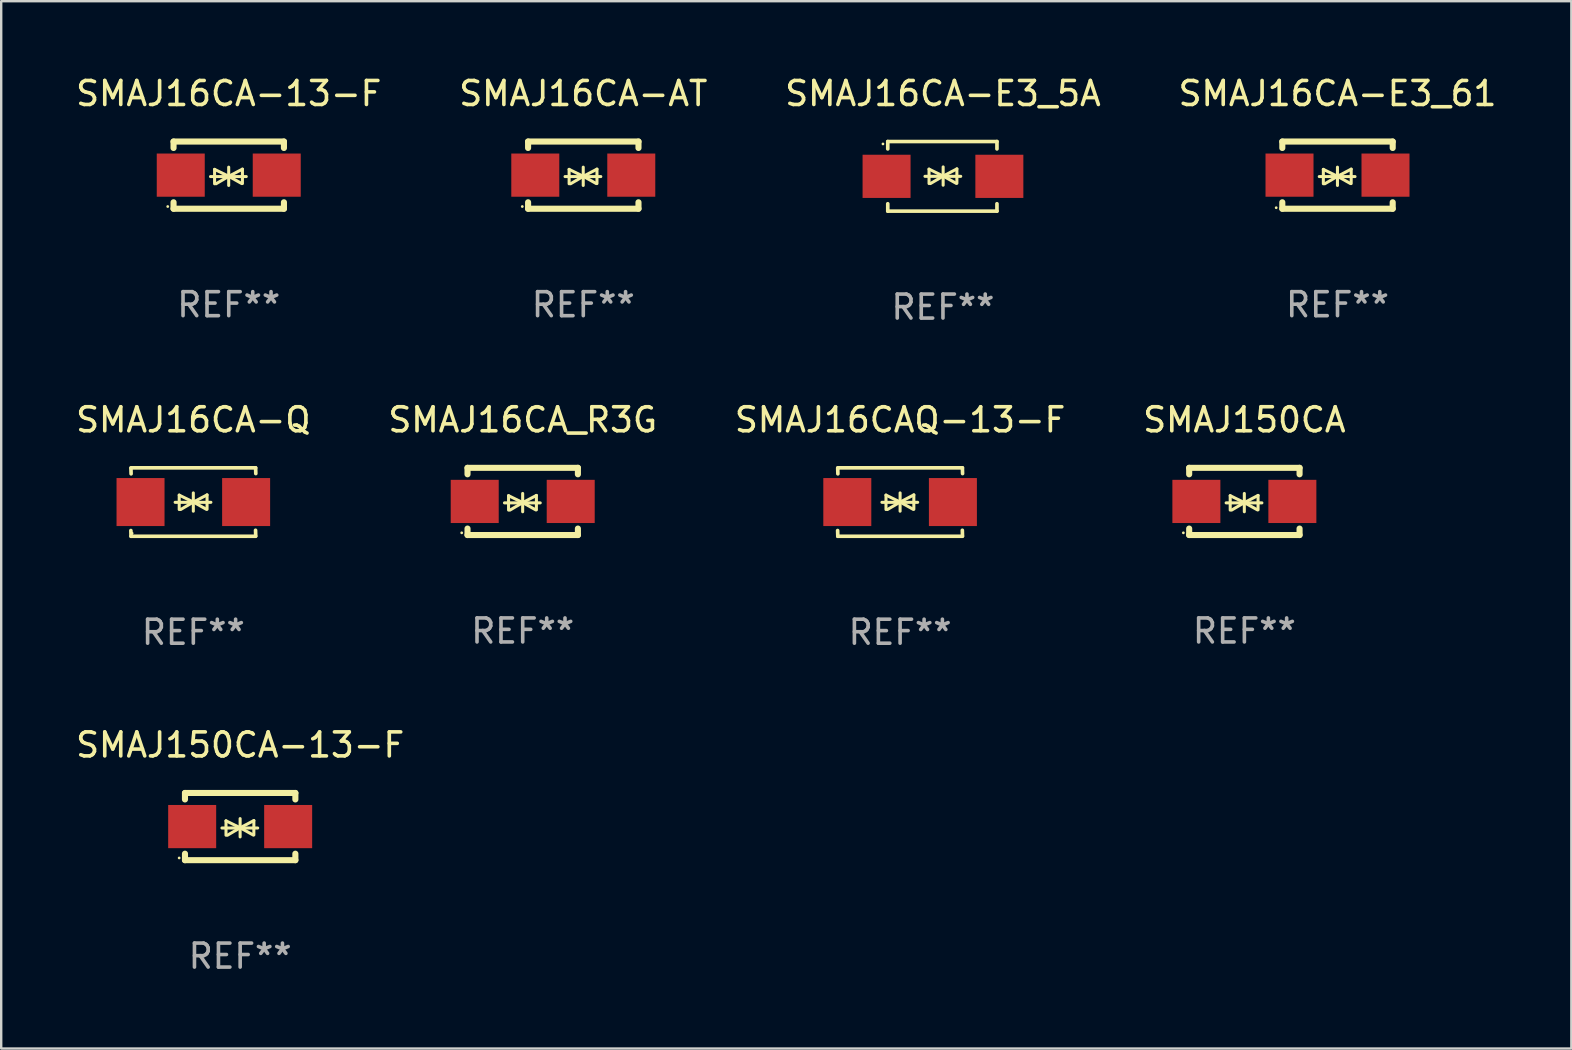
<source format=kicad_pcb>
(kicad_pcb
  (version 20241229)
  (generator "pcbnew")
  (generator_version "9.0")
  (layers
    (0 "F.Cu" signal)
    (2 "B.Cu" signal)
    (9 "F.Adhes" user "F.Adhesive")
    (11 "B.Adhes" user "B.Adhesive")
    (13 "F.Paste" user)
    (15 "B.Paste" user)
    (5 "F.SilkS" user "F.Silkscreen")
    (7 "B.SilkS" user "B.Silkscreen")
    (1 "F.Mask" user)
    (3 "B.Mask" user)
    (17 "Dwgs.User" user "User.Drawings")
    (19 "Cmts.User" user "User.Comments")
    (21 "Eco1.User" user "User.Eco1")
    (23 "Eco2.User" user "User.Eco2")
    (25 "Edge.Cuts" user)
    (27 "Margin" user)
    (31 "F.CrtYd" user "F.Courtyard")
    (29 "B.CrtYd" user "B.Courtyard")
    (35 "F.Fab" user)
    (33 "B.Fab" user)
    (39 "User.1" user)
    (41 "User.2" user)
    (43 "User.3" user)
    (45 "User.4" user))
  (footprint "SMAJ16CA-AT"
    (layer "F.Cu")
    (at 21.256 4.248)
    (property "Reference" "SMAJ16CA-AT" (at 0 -3.4 0) (layer "F.SilkS") (effects (font (size 1 1) (thickness 0.15))))
    (attr through_hole)
    (fp_line (start -2.3 -1.4) (end -2.3 -1.131) (stroke (width 0.254) (type solid)) (layer "F.SilkS"))
    (fp_line (start -2.3 -1.4) (end 2.3 -1.4) (stroke (width 0.254) (type solid)) (layer "F.SilkS"))
    (fp_line (start -2.3 1.131) (end -2.3 1.4) (stroke (width 0.254) (type solid)) (layer "F.SilkS"))
    (fp_line (start -2.3 1.4) (end 2.3 1.4) (stroke (width 0.254) (type solid)) (layer "F.SilkS"))
    (fp_line (start -0.76 0.06) (end 0.73 0.06) (stroke (width 0.127) (type solid)) (layer "F.SilkS"))
    (fp_line (start -0.59 -0.24) (end -0.59 0.36) (stroke (width 0.127) (type solid)) (layer "F.SilkS"))
    (fp_line (start -0.59 -0.24) (end -0.002 0.049) (stroke (width 0.127) (type solid)) (layer "F.SilkS"))
    (fp_line (start -0.53 0.36) (end -0.002 0.049) (stroke (width 0.127) (type solid)) (layer "F.SilkS"))
    (fp_line (start -0.002 0.049) (end -0.002 -0.332) (stroke (width 0.127) (type solid)) (layer "F.SilkS"))
    (fp_line (start -0.002 0.049) (end -0.002 0.43) (stroke (width 0.127) (type solid)) (layer "F.SilkS"))
    (fp_line (start 0.54 0.35) (end -0.002 0.049) (stroke (width 0.127) (type solid)) (layer "F.SilkS"))
    (fp_line (start 0.57 -0.25) (end -0.002 0.049) (stroke (width 0.127) (type solid)) (layer "F.SilkS"))
    (fp_line (start 0.57 -0.25) (end 0.57 0.35) (stroke (width 0.127) (type solid)) (layer "F.SilkS"))
    (fp_line (start 2.3 -1.4) (end 2.3 -1.131) (stroke (width 0.254) (type solid)) (layer "F.SilkS"))
    (fp_line (start 2.3 1.131) (end 2.3 1.4) (stroke (width 0.254) (type solid)) (layer "F.SilkS"))
    (fp_circle (center -2.542 1.308) (end -2.512 1.308) (stroke (width 0.06) (type solid)) (fill no) (layer "F.SilkS"))
    (fp_text user "REF**" (at 0 5.4 0) (layer "F.Fab") (effects (font (size 1 1) (thickness 0.15))))
    (pad "1" smd rect (at -2 0) (size 2 1.8) (layers "F.Cu" "F.Mask" "F.Paste"))
    (pad "2" smd rect (at 2 0) (size 2 1.8) (layers "F.Cu" "F.Mask" "F.Paste")))
  (footprint "SMAJ16CAQ-13-F"
    (layer "F.Cu")
    (at 34.458 17.871)
    (property "Reference" "SMAJ16CAQ-13-F" (at 0 -3.426 0) (layer "F.SilkS") (effects (font (size 1 1) (thickness 0.15))))
    (attr through_hole)
    (fp_line (start -2.596 -1.426) (end 2.596 -1.426) (stroke (width 0.152) (type solid)) (layer "F.SilkS"))
    (fp_line (start -2.596 1.426) (end -2.603 1.187) (stroke (width 0.152) (type solid)) (layer "F.SilkS"))
    (fp_line (start -2.596 1.426) (end 2.596 1.426) (stroke (width 0.152) (type solid)) (layer "F.SilkS"))
    (fp_line (start -2.593 -1.176) (end -2.6 -1.415) (stroke (width 0.152) (type solid)) (layer "F.SilkS"))
    (fp_line (start -0.758 0.011) (end 0.732 0.011) (stroke (width 0.127) (type solid)) (layer "F.SilkS"))
    (fp_line (start -0.588 -0.289) (end -0.588 0.311) (stroke (width 0.127) (type solid)) (layer "F.SilkS"))
    (fp_line (start -0.588 -0.289) (end 0 0) (stroke (width 0.127) (type solid)) (layer "F.SilkS"))
    (fp_line (start -0.528 0.311) (end 0 0) (stroke (width 0.127) (type solid)) (layer "F.SilkS"))
    (fp_line (start 0 0) (end 0 -0.381) (stroke (width 0.127) (type solid)) (layer "F.SilkS"))
    (fp_line (start 0 0) (end 0 0.381) (stroke (width 0.127) (type solid)) (layer "F.SilkS"))
    (fp_line (start 0.542 0.301) (end 0 0) (stroke (width 0.127) (type solid)) (layer "F.SilkS"))
    (fp_line (start 0.572 -0.299) (end 0 0) (stroke (width 0.127) (type solid)) (layer "F.SilkS"))
    (fp_line (start 0.572 -0.299) (end 0.572 0.301) (stroke (width 0.127) (type solid)) (layer "F.SilkS"))
    (fp_line (start 2.593 1.176) (end 2.6 1.415) (stroke (width 0.152) (type solid)) (layer "F.SilkS"))
    (fp_line (start 2.596 -1.426) (end 2.603 -1.187) (stroke (width 0.152) (type solid)) (layer "F.SilkS"))
    (fp_circle (center -2.605 1.3) (end -2.575 1.3) (stroke (width 0.06) (type solid)) (fill no) (layer "F.SilkS"))
    (fp_text user "REF**" (at 0 5.426 0) (layer "F.Fab") (effects (font (size 1 1) (thickness 0.15))))
    (pad "1" smd rect (at -2.2 0 180) (size 2 2) (layers "F.Cu" "F.Mask" "F.Paste"))
    (pad "2" smd rect (at 2.2 0 180) (size 2 2) (layers "F.Cu" "F.Mask" "F.Paste")))
  (footprint "SMAJ16CA_R3G"
    (layer "F.Cu")
    (at 18.732 17.845)
    (property "Reference" "SMAJ16CA_R3G" (at 0 -3.4 0) (layer "F.SilkS") (effects (font (size 1 1) (thickness 0.15))))
    (attr through_hole)
    (fp_line (start -2.3 -1.4) (end -2.3 -1.131) (stroke (width 0.254) (type solid)) (layer "F.SilkS"))
    (fp_line (start -2.3 -1.4) (end 2.3 -1.4) (stroke (width 0.254) (type solid)) (layer "F.SilkS"))
    (fp_line (start -2.3 1.131) (end -2.3 1.4) (stroke (width 0.254) (type solid)) (layer "F.SilkS"))
    (fp_line (start -2.3 1.4) (end 2.3 1.4) (stroke (width 0.254) (type solid)) (layer "F.SilkS"))
    (fp_line (start -0.76 0.06) (end 0.73 0.06) (stroke (width 0.127) (type solid)) (layer "F.SilkS"))
    (fp_line (start -0.59 -0.24) (end -0.59 0.36) (stroke (width 0.127) (type solid)) (layer "F.SilkS"))
    (fp_line (start -0.59 -0.24) (end -0.002 0.049) (stroke (width 0.127) (type solid)) (layer "F.SilkS"))
    (fp_line (start -0.53 0.36) (end -0.002 0.049) (stroke (width 0.127) (type solid)) (layer "F.SilkS"))
    (fp_line (start -0.002 0.049) (end -0.002 -0.332) (stroke (width 0.127) (type solid)) (layer "F.SilkS"))
    (fp_line (start -0.002 0.049) (end -0.002 0.43) (stroke (width 0.127) (type solid)) (layer "F.SilkS"))
    (fp_line (start 0.54 0.35) (end -0.002 0.049) (stroke (width 0.127) (type solid)) (layer "F.SilkS"))
    (fp_line (start 0.57 -0.25) (end -0.002 0.049) (stroke (width 0.127) (type solid)) (layer "F.SilkS"))
    (fp_line (start 0.57 -0.25) (end 0.57 0.35) (stroke (width 0.127) (type solid)) (layer "F.SilkS"))
    (fp_line (start 2.3 -1.4) (end 2.3 -1.131) (stroke (width 0.254) (type solid)) (layer "F.SilkS"))
    (fp_line (start 2.3 1.131) (end 2.3 1.4) (stroke (width 0.254) (type solid)) (layer "F.SilkS"))
    (fp_circle (center -2.542 1.308) (end -2.512 1.308) (stroke (width 0.06) (type solid)) (fill no) (layer "F.SilkS"))
    (fp_text user "REF**" (at 0 5.4 0) (layer "F.Fab") (effects (font (size 1 1) (thickness 0.15))))
    (pad "1" smd rect (at -2 0) (size 2 1.8) (layers "F.Cu" "F.Mask" "F.Paste"))
    (pad "2" smd rect (at 2 0) (size 2 1.8) (layers "F.Cu" "F.Mask" "F.Paste")))
  (footprint "SMAJ150CA-13-F"
    (layer "F.Cu")
    (at 6.958 31.394)
    (property "Reference" "SMAJ150CA-13-F" (at 0 -3.4 0) (layer "F.SilkS") (effects (font (size 1 1) (thickness 0.15))))
    (attr through_hole)
    (fp_line (start -2.3 -1.4) (end -2.3 -1.131) (stroke (width 0.254) (type solid)) (layer "F.SilkS"))
    (fp_line (start -2.3 -1.4) (end 2.3 -1.4) (stroke (width 0.254) (type solid)) (layer "F.SilkS"))
    (fp_line (start -2.3 1.131) (end -2.3 1.4) (stroke (width 0.254) (type solid)) (layer "F.SilkS"))
    (fp_line (start -2.3 1.4) (end 2.3 1.4) (stroke (width 0.254) (type solid)) (layer "F.SilkS"))
    (fp_line (start -0.76 0.06) (end 0.73 0.06) (stroke (width 0.127) (type solid)) (layer "F.SilkS"))
    (fp_line (start -0.59 -0.24) (end -0.59 0.36) (stroke (width 0.127) (type solid)) (layer "F.SilkS"))
    (fp_line (start -0.59 -0.24) (end -0.002 0.049) (stroke (width 0.127) (type solid)) (layer "F.SilkS"))
    (fp_line (start -0.53 0.36) (end -0.002 0.049) (stroke (width 0.127) (type solid)) (layer "F.SilkS"))
    (fp_line (start -0.002 0.049) (end -0.002 -0.332) (stroke (width 0.127) (type solid)) (layer "F.SilkS"))
    (fp_line (start -0.002 0.049) (end -0.002 0.43) (stroke (width 0.127) (type solid)) (layer "F.SilkS"))
    (fp_line (start 0.54 0.35) (end -0.002 0.049) (stroke (width 0.127) (type solid)) (layer "F.SilkS"))
    (fp_line (start 0.57 -0.25) (end -0.002 0.049) (stroke (width 0.127) (type solid)) (layer "F.SilkS"))
    (fp_line (start 0.57 -0.25) (end 0.57 0.35) (stroke (width 0.127) (type solid)) (layer "F.SilkS"))
    (fp_line (start 2.3 -1.4) (end 2.3 -1.131) (stroke (width 0.254) (type solid)) (layer "F.SilkS"))
    (fp_line (start 2.3 1.131) (end 2.3 1.4) (stroke (width 0.254) (type solid)) (layer "F.SilkS"))
    (fp_circle (center -2.542 1.308) (end -2.512 1.308) (stroke (width 0.06) (type solid)) (fill no) (layer "F.SilkS"))
    (fp_text user "REF**" (at 0 5.4 0) (layer "F.Fab") (effects (font (size 1 1) (thickness 0.15))))
    (pad "1" smd rect (at -2 0) (size 2 1.8) (layers "F.Cu" "F.Mask" "F.Paste"))
    (pad "2" smd rect (at 2 0) (size 2 1.8) (layers "F.Cu" "F.Mask" "F.Paste")))
  (footprint "SMAJ16CA-13-F"
    (layer "F.Cu")
    (at 6.482 4.248)
    (property "Reference" "SMAJ16CA-13-F" (at 0 -3.4 0) (layer "F.SilkS") (effects (font (size 1 1) (thickness 0.15))))
    (attr through_hole)
    (fp_line (start -2.3 -1.4) (end -2.3 -1.131) (stroke (width 0.254) (type solid)) (layer "F.SilkS"))
    (fp_line (start -2.3 -1.4) (end 2.3 -1.4) (stroke (width 0.254) (type solid)) (layer "F.SilkS"))
    (fp_line (start -2.3 1.131) (end -2.3 1.4) (stroke (width 0.254) (type solid)) (layer "F.SilkS"))
    (fp_line (start -2.3 1.4) (end 2.3 1.4) (stroke (width 0.254) (type solid)) (layer "F.SilkS"))
    (fp_line (start -0.76 0.06) (end 0.73 0.06) (stroke (width 0.127) (type solid)) (layer "F.SilkS"))
    (fp_line (start -0.59 -0.24) (end -0.59 0.36) (stroke (width 0.127) (type solid)) (layer "F.SilkS"))
    (fp_line (start -0.59 -0.24) (end -0.002 0.049) (stroke (width 0.127) (type solid)) (layer "F.SilkS"))
    (fp_line (start -0.53 0.36) (end -0.002 0.049) (stroke (width 0.127) (type solid)) (layer "F.SilkS"))
    (fp_line (start -0.002 0.049) (end -0.002 -0.332) (stroke (width 0.127) (type solid)) (layer "F.SilkS"))
    (fp_line (start -0.002 0.049) (end -0.002 0.43) (stroke (width 0.127) (type solid)) (layer "F.SilkS"))
    (fp_line (start 0.54 0.35) (end -0.002 0.049) (stroke (width 0.127) (type solid)) (layer "F.SilkS"))
    (fp_line (start 0.57 -0.25) (end -0.002 0.049) (stroke (width 0.127) (type solid)) (layer "F.SilkS"))
    (fp_line (start 0.57 -0.25) (end 0.57 0.35) (stroke (width 0.127) (type solid)) (layer "F.SilkS"))
    (fp_line (start 2.3 -1.4) (end 2.3 -1.131) (stroke (width 0.254) (type solid)) (layer "F.SilkS"))
    (fp_line (start 2.3 1.131) (end 2.3 1.4) (stroke (width 0.254) (type solid)) (layer "F.SilkS"))
    (fp_circle (center -2.542 1.308) (end -2.512 1.308) (stroke (width 0.06) (type solid)) (fill no) (layer "F.SilkS"))
    (fp_text user "REF**" (at 0 5.4 0) (layer "F.Fab") (effects (font (size 1 1) (thickness 0.15))))
    (pad "1" smd rect (at -2 0) (size 2 1.8) (layers "F.Cu" "F.Mask" "F.Paste"))
    (pad "2" smd rect (at 2 0) (size 2 1.8) (layers "F.Cu" "F.Mask" "F.Paste")))
  (footprint "SMAJ16CA-E3_61"
    (layer "F.Cu")
    (at 52.685 4.248)
    (property "Reference" "SMAJ16CA-E3_61" (at 0 -3.4 0) (layer "F.SilkS") (effects (font (size 1 1) (thickness 0.15))))
    (attr through_hole)
    (fp_line (start -2.3 -1.4) (end -2.3 -1.131) (stroke (width 0.254) (type solid)) (layer "F.SilkS"))
    (fp_line (start -2.3 -1.4) (end 2.3 -1.4) (stroke (width 0.254) (type solid)) (layer "F.SilkS"))
    (fp_line (start -2.3 1.131) (end -2.3 1.4) (stroke (width 0.254) (type solid)) (layer "F.SilkS"))
    (fp_line (start -2.3 1.4) (end 2.3 1.4) (stroke (width 0.254) (type solid)) (layer "F.SilkS"))
    (fp_line (start -0.76 0.06) (end 0.73 0.06) (stroke (width 0.127) (type solid)) (layer "F.SilkS"))
    (fp_line (start -0.59 -0.24) (end -0.59 0.36) (stroke (width 0.127) (type solid)) (layer "F.SilkS"))
    (fp_line (start -0.59 -0.24) (end -0.002 0.049) (stroke (width 0.127) (type solid)) (layer "F.SilkS"))
    (fp_line (start -0.53 0.36) (end -0.002 0.049) (stroke (width 0.127) (type solid)) (layer "F.SilkS"))
    (fp_line (start -0.002 0.049) (end -0.002 -0.332) (stroke (width 0.127) (type solid)) (layer "F.SilkS"))
    (fp_line (start -0.002 0.049) (end -0.002 0.43) (stroke (width 0.127) (type solid)) (layer "F.SilkS"))
    (fp_line (start 0.54 0.35) (end -0.002 0.049) (stroke (width 0.127) (type solid)) (layer "F.SilkS"))
    (fp_line (start 0.57 -0.25) (end -0.002 0.049) (stroke (width 0.127) (type solid)) (layer "F.SilkS"))
    (fp_line (start 0.57 -0.25) (end 0.57 0.35) (stroke (width 0.127) (type solid)) (layer "F.SilkS"))
    (fp_line (start 2.3 -1.4) (end 2.3 -1.131) (stroke (width 0.254) (type solid)) (layer "F.SilkS"))
    (fp_line (start 2.3 1.131) (end 2.3 1.4) (stroke (width 0.254) (type solid)) (layer "F.SilkS"))
    (fp_circle (center -2.555 1.358) (end -2.525 1.358) (stroke (width 0.06) (type solid)) (fill no) (layer "F.SilkS"))
    (fp_text user "REF**" (at 0 5.4 0) (layer "F.Fab") (effects (font (size 1 1) (thickness 0.15))))
    (pad "1" smd rect (at -2 -0.000025) (size 2 1.8) (layers "F.Cu" "F.Mask" "F.Paste"))
    (pad "2" smd rect (at 2 -0.000025) (size 2 1.8) (layers "F.Cu" "F.Mask" "F.Paste")))
  (footprint "SMAJ16CA-Q"
    (layer "F.Cu")
    (at 5.006 17.871)
    (property "Reference" "SMAJ16CA-Q" (at 0 -3.426 0) (layer "F.SilkS") (effects (font (size 1 1) (thickness 0.15))))
    (attr through_hole)
    (fp_line (start -2.596 -1.426) (end 2.596 -1.426) (stroke (width 0.152) (type solid)) (layer "F.SilkS"))
    (fp_line (start -2.596 1.426) (end -2.603 1.187) (stroke (width 0.152) (type solid)) (layer "F.SilkS"))
    (fp_line (start -2.596 1.426) (end 2.596 1.426) (stroke (width 0.152) (type solid)) (layer "F.SilkS"))
    (fp_line (start -2.593 -1.176) (end -2.6 -1.415) (stroke (width 0.152) (type solid)) (layer "F.SilkS"))
    (fp_line (start -0.758 0.011) (end 0.732 0.011) (stroke (width 0.127) (type solid)) (layer "F.SilkS"))
    (fp_line (start -0.588 -0.289) (end -0.588 0.311) (stroke (width 0.127) (type solid)) (layer "F.SilkS"))
    (fp_line (start -0.588 -0.289) (end 0 0) (stroke (width 0.127) (type solid)) (layer "F.SilkS"))
    (fp_line (start -0.528 0.311) (end 0 0) (stroke (width 0.127) (type solid)) (layer "F.SilkS"))
    (fp_line (start 0 0) (end 0 -0.381) (stroke (width 0.127) (type solid)) (layer "F.SilkS"))
    (fp_line (start 0 0) (end 0 0.381) (stroke (width 0.127) (type solid)) (layer "F.SilkS"))
    (fp_line (start 0.542 0.301) (end 0 0) (stroke (width 0.127) (type solid)) (layer "F.SilkS"))
    (fp_line (start 0.572 -0.299) (end 0 0) (stroke (width 0.127) (type solid)) (layer "F.SilkS"))
    (fp_line (start 0.572 -0.299) (end 0.572 0.301) (stroke (width 0.127) (type solid)) (layer "F.SilkS"))
    (fp_line (start 2.593 1.176) (end 2.6 1.415) (stroke (width 0.152) (type solid)) (layer "F.SilkS"))
    (fp_line (start 2.596 -1.426) (end 2.603 -1.187) (stroke (width 0.152) (type solid)) (layer "F.SilkS"))
    (fp_circle (center -2.55 1.3) (end -2.52 1.3) (stroke (width 0.06) (type solid)) (fill no) (layer "F.SilkS"))
    (fp_text user "REF**" (at 0 5.426 0) (layer "F.Fab") (effects (font (size 1 1) (thickness 0.15))))
    (pad "1" smd rect (at -2.2 0 180) (size 2 2) (layers "F.Cu" "F.Mask" "F.Paste"))
    (pad "2" smd rect (at 2.2 0 180) (size 2 2) (layers "F.Cu" "F.Mask" "F.Paste")))
  (footprint "SMAJ16CA-E3_5A"
    (layer "F.Cu")
    (at 36.244 4.298)
    (property "Reference" "SMAJ16CA-E3_5A" (at 0 -3.45 0) (layer "F.SilkS") (effects (font (size 1 1) (thickness 0.15))))
    (attr through_hole)
    (fp_line (start -2.3 -1.45) (end -2.3 -1.143) (stroke (width 0.152) (type solid)) (layer "F.SilkS"))
    (fp_line (start -2.3 -1.45) (end 2.25 -1.45) (stroke (width 0.152) (type solid)) (layer "F.SilkS"))
    (fp_line (start -2.3 1.45) (end -2.3 1.143) (stroke (width 0.152) (type solid)) (layer "F.SilkS"))
    (fp_line (start -0.75 0.000025) (end 0.74 0.000025) (stroke (width 0.127) (type solid)) (layer "F.SilkS"))
    (fp_line (start -0.58 -0.3) (end -0.58 0.3) (stroke (width 0.127) (type solid)) (layer "F.SilkS"))
    (fp_line (start -0.58 -0.3) (end 0.008 -0.011) (stroke (width 0.127) (type solid)) (layer "F.SilkS"))
    (fp_line (start -0.52 0.3) (end 0.008 -0.011) (stroke (width 0.127) (type solid)) (layer "F.SilkS"))
    (fp_line (start 0.008 -0.011) (end 0.008 -0.392) (stroke (width 0.127) (type solid)) (layer "F.SilkS"))
    (fp_line (start 0.008 -0.011) (end 0.008 0.37) (stroke (width 0.127) (type solid)) (layer "F.SilkS"))
    (fp_line (start 0.55 0.29) (end 0.008 -0.011) (stroke (width 0.127) (type solid)) (layer "F.SilkS"))
    (fp_line (start 0.58 -0.31) (end 0.008 -0.011) (stroke (width 0.127) (type solid)) (layer "F.SilkS"))
    (fp_line (start 0.58 -0.31) (end 0.58 0.29) (stroke (width 0.127) (type solid)) (layer "F.SilkS"))
    (fp_line (start 2.25 -1.45) (end 2.25 -1.143) (stroke (width 0.152) (type solid)) (layer "F.SilkS"))
    (fp_line (start 2.25 1.45) (end -2.3 1.45) (stroke (width 0.152) (type solid)) (layer "F.SilkS"))
    (fp_line (start 2.25 1.45) (end 2.25 1.143) (stroke (width 0.152) (type solid)) (layer "F.SilkS"))
    (fp_circle (center -2.5 -1.35) (end -2.47 -1.35) (stroke (width 0.06) (type solid)) (fill no) (layer "F.SilkS"))
    (fp_text user "REF**" (at 0 5.45 0) (layer "F.Fab") (effects (font (size 1 1) (thickness 0.15))))
    (pad "1" smd rect (at -2.35 -0.000025) (size 2 1.8) (layers "F.Cu" "F.Mask" "F.Paste"))
    (pad "2" smd rect (at 2.35 -0.000025) (size 2 1.8) (layers "F.Cu" "F.Mask" "F.Paste")))
  (footprint "SMAJ150CA"
    (layer "F.Cu")
    (at 48.804 17.845)
    (property "Reference" "SMAJ150CA" (at 0 -3.4 0) (layer "F.SilkS") (effects (font (size 1 1) (thickness 0.15))))
    (attr through_hole)
    (fp_line (start -2.3 -1.4) (end -2.3 -1.131) (stroke (width 0.254) (type solid)) (layer "F.SilkS"))
    (fp_line (start -2.3 -1.4) (end 2.3 -1.4) (stroke (width 0.254) (type solid)) (layer "F.SilkS"))
    (fp_line (start -2.3 1.131) (end -2.3 1.4) (stroke (width 0.254) (type solid)) (layer "F.SilkS"))
    (fp_line (start -2.3 1.4) (end 2.3 1.4) (stroke (width 0.254) (type solid)) (layer "F.SilkS"))
    (fp_line (start -0.76 0.06) (end 0.73 0.06) (stroke (width 0.127) (type solid)) (layer "F.SilkS"))
    (fp_line (start -0.59 -0.24) (end -0.59 0.36) (stroke (width 0.127) (type solid)) (layer "F.SilkS"))
    (fp_line (start -0.59 -0.24) (end -0.002 0.049) (stroke (width 0.127) (type solid)) (layer "F.SilkS"))
    (fp_line (start -0.53 0.36) (end -0.002 0.049) (stroke (width 0.127) (type solid)) (layer "F.SilkS"))
    (fp_line (start -0.002 0.049) (end -0.002 -0.332) (stroke (width 0.127) (type solid)) (layer "F.SilkS"))
    (fp_line (start -0.002 0.049) (end -0.002 0.43) (stroke (width 0.127) (type solid)) (layer "F.SilkS"))
    (fp_line (start 0.54 0.35) (end -0.002 0.049) (stroke (width 0.127) (type solid)) (layer "F.SilkS"))
    (fp_line (start 0.57 -0.25) (end -0.002 0.049) (stroke (width 0.127) (type solid)) (layer "F.SilkS"))
    (fp_line (start 0.57 -0.25) (end 0.57 0.35) (stroke (width 0.127) (type solid)) (layer "F.SilkS"))
    (fp_line (start 2.3 -1.4) (end 2.3 -1.131) (stroke (width 0.254) (type solid)) (layer "F.SilkS"))
    (fp_line (start 2.3 1.131) (end 2.3 1.4) (stroke (width 0.254) (type solid)) (layer "F.SilkS"))
    (fp_circle (center -2.542 1.308) (end -2.512 1.308) (stroke (width 0.06) (type solid)) (fill no) (layer "F.SilkS"))
    (fp_text user "REF**" (at 0 5.4 0) (layer "F.Fab") (effects (font (size 1 1) (thickness 0.15))))
    (pad "1" smd rect (at -2 0) (size 2 1.8) (layers "F.Cu" "F.Mask" "F.Paste"))
    (pad "2" smd rect (at 2 0) (size 2 1.8) (layers "F.Cu" "F.Mask" "F.Paste")))
  (gr_rect
    (start -3 -3)
    (end 62.429 40.642)
    (stroke (width 0.1) (type default))
    (fill no)
    (layer "Edge.Cuts")))
</source>
